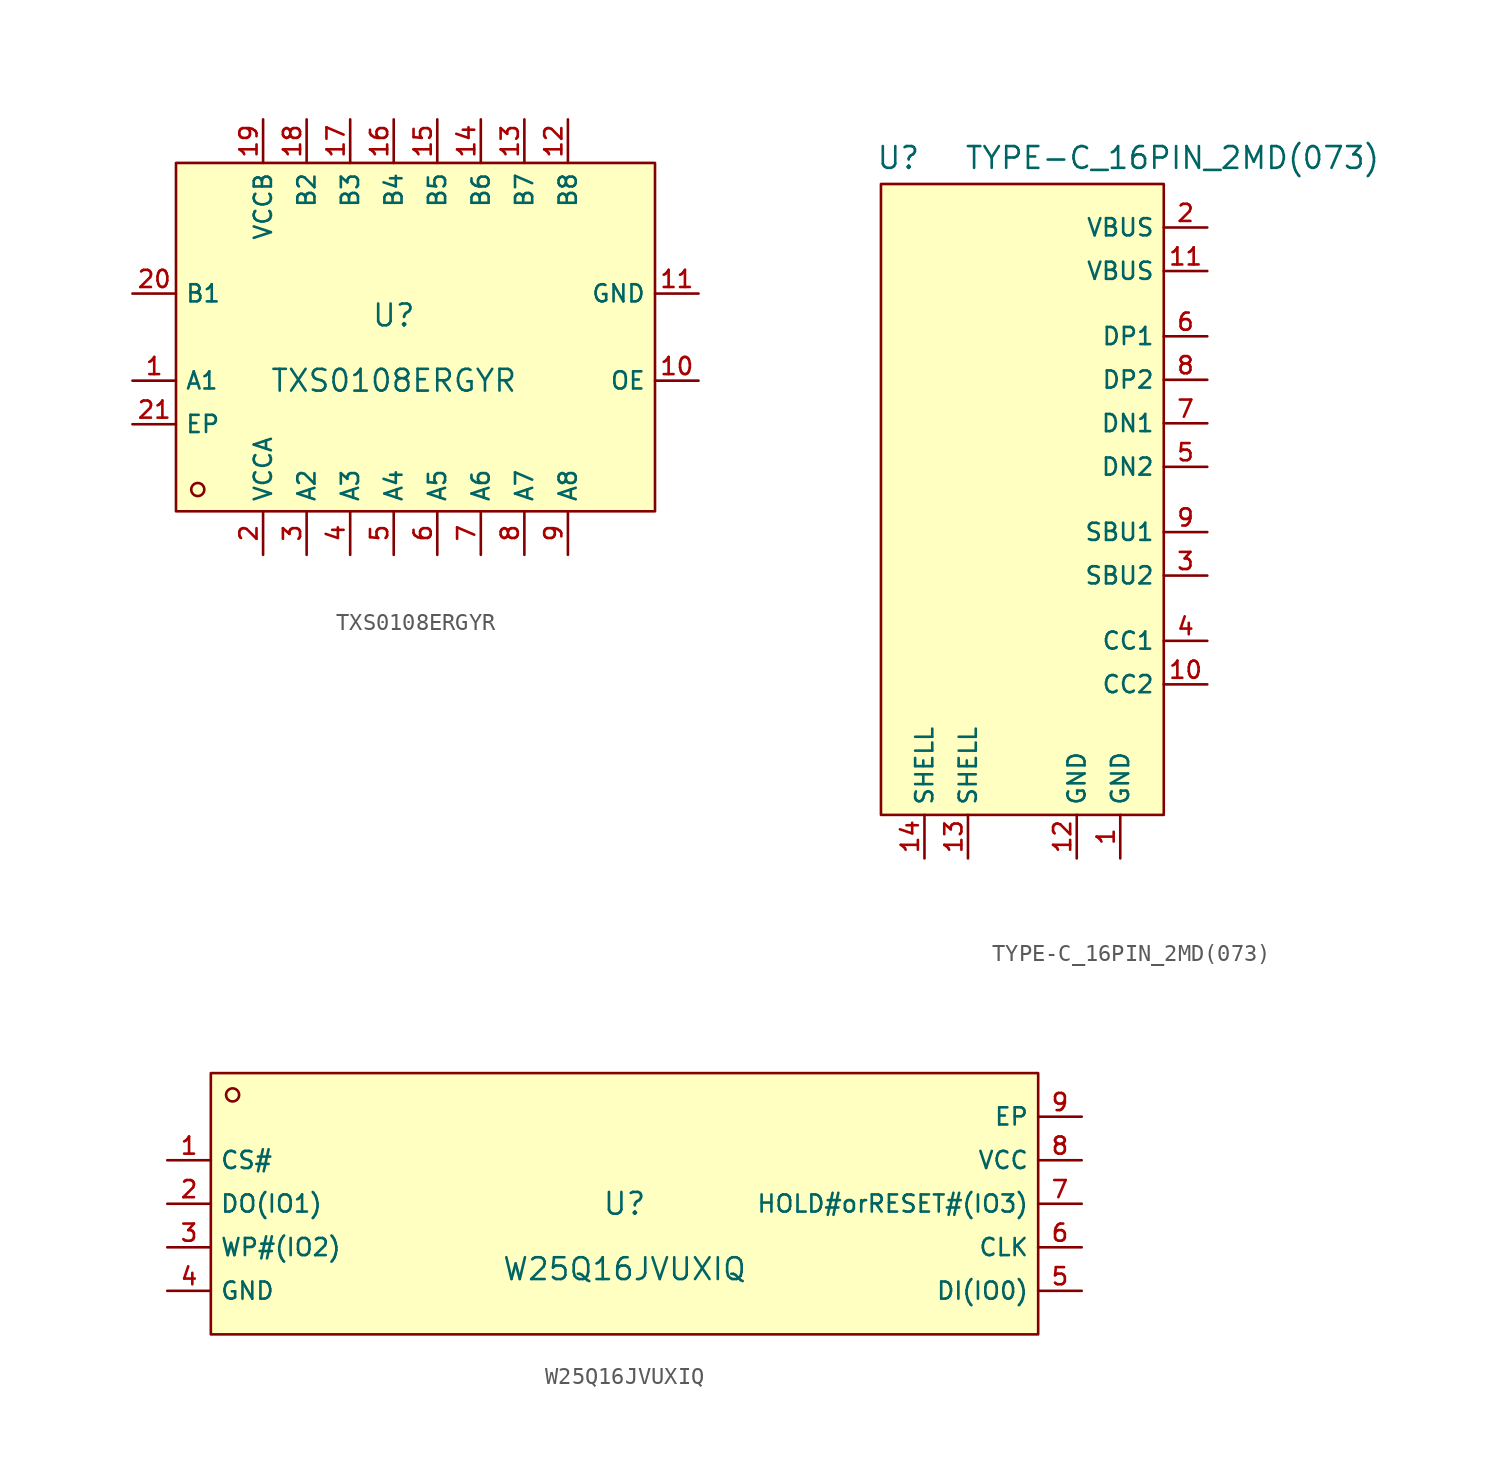
<source format=kicad_sym>
(kicad_symbol_lib
  (version 20231120)
  (generator "kicad_symbol_editor")
  (generator_version "8.0")
  (symbol "TXS0108ERGYR"
    (property "Reference" "U"
      (at 0 1.27 0)
      (effects (font (size 1.27 1.27))))
    (property "Value" "TXS0108ERGYR"
      (at 0 -2.54 0)
      (effects (font (size 1.27 1.27))))
    (symbol "TXS0108ERGYR_0_1"
      (rectangle (start -12.7 10.16) (end 15.24 -10.16) (stroke (width 0) (type default)) (fill (type background)))
      (circle (center -11.43 -8.89) (radius 0.381) (stroke (width 0) (type default)) (fill (type background)))
      (pin unspecified line (at -15.24 -2.54 0) (length 2.54) (name "A1" (effects (font (size 1 1)))) (number "1" (effects (font (size 1 1)))))
      (pin unspecified line (at 17.78 -2.54 180) (length 2.54) (name "OE" (effects (font (size 1 1)))) (number "10" (effects (font (size 1 1)))))
      (pin unspecified line (at 17.78 2.54 180) (length 2.54) (name "GND" (effects (font (size 1 1)))) (number "11" (effects (font (size 1 1)))))
      (pin unspecified line (at 10.16 12.7 270) (length 2.54) (name "B8" (effects (font (size 1 1)))) (number "12" (effects (font (size 1 1)))))
      (pin unspecified line (at 7.62 12.7 270) (length 2.54) (name "B7" (effects (font (size 1 1)))) (number "13" (effects (font (size 1 1)))))
      (pin unspecified line (at 5.08 12.7 270) (length 2.54) (name "B6" (effects (font (size 1 1)))) (number "14" (effects (font (size 1 1)))))
      (pin unspecified line (at 2.54 12.7 270) (length 2.54) (name "B5" (effects (font (size 1 1)))) (number "15" (effects (font (size 1 1)))))
      (pin unspecified line (at 0 12.7 270) (length 2.54) (name "B4" (effects (font (size 1 1)))) (number "16" (effects (font (size 1 1)))))
      (pin unspecified line (at -2.54 12.7 270) (length 2.54) (name "B3" (effects (font (size 1 1)))) (number "17" (effects (font (size 1 1)))))
      (pin unspecified line (at -5.08 12.7 270) (length 2.54) (name "B2" (effects (font (size 1 1)))) (number "18" (effects (font (size 1 1)))))
      (pin unspecified line (at -7.62 12.7 270) (length 2.54) (name "VCCB" (effects (font (size 1 1)))) (number "19" (effects (font (size 1 1)))))
      (pin unspecified line (at -7.62 -12.7 90) (length 2.54) (name "VCCA" (effects (font (size 1 1)))) (number "2" (effects (font (size 1 1)))))
      (pin unspecified line (at -15.24 2.54 0) (length 2.54) (name "B1" (effects (font (size 1 1)))) (number "20" (effects (font (size 1 1)))))
      (pin unspecified line (at -15.24 -5.08 0) (length 2.54) (name "EP" (effects (font (size 1 1)))) (number "21" (effects (font (size 1 1)))))
      (pin unspecified line (at -5.08 -12.7 90) (length 2.54) (name "A2" (effects (font (size 1 1)))) (number "3" (effects (font (size 1 1)))))
      (pin unspecified line (at -2.54 -12.7 90) (length 2.54) (name "A3" (effects (font (size 1 1)))) (number "4" (effects (font (size 1 1)))))
      (pin unspecified line (at 0 -12.7 90) (length 2.54) (name "A4" (effects (font (size 1 1)))) (number "5" (effects (font (size 1 1)))))
      (pin unspecified line (at 2.54 -12.7 90) (length 2.54) (name "A5" (effects (font (size 1 1)))) (number "6" (effects (font (size 1 1)))))
      (pin unspecified line (at 5.08 -12.7 90) (length 2.54) (name "A6" (effects (font (size 1 1)))) (number "7" (effects (font (size 1 1)))))
      (pin unspecified line (at 7.62 -12.7 90) (length 2.54) (name "A7" (effects (font (size 1 1)))) (number "8" (effects (font (size 1 1)))))
      (pin unspecified line (at 10.16 -12.7 90) (length 2.54) (name "A8" (effects (font (size 1 1)))) (number "9" (effects (font (size 1 1)))))))
  (symbol "TYPE-C_16PIN_2MD(073)"
    (property "Reference" "U"
      (at -7.874 18.034 0)
      (effects (font (size 1.27 1.27))))
    (property "Value" "TYPE-C_16PIN_2MD(073)"
      (at 8.128 18.034 0)
      (effects (font (size 1.27 1.27))))
    (symbol "TYPE-C_16PIN_2MD(073)_0_1"
      (rectangle (start -8.89 16.51) (end 7.62 -20.32) (stroke (width 0) (type default)) (fill (type background)))
      (pin unspecified line (at 5.08 -22.86 90) (length 2.54) (name "GND" (effects (font (size 1 1)))) (number "1" (effects (font (size 1 1)))))
      (pin unspecified line (at 10.16 -12.7 180) (length 2.54) (name "CC2" (effects (font (size 1 1)))) (number "10" (effects (font (size 1 1)))))
      (pin unspecified line (at 10.16 11.43 180) (length 2.54) (name "VBUS" (effects (font (size 1 1)))) (number "11" (effects (font (size 1 1)))))
      (pin unspecified line (at 2.54 -22.86 90) (length 2.54) (name "GND" (effects (font (size 1 1)))) (number "12" (effects (font (size 1 1)))))
      (pin unspecified line (at -3.81 -22.86 90) (length 2.54) (name "SHELL" (effects (font (size 1 1)))) (number "13" (effects (font (size 1 1)))))
      (pin unspecified line (at -6.35 -22.86 90) (length 2.54) (name "SHELL" (effects (font (size 1 1)))) (number "14" (effects (font (size 1 1)))))
      (pin unspecified line (at 10.16 13.97 180) (length 2.54) (name "VBUS" (effects (font (size 1 1)))) (number "2" (effects (font (size 1 1)))))
      (pin unspecified line (at 10.16 -6.35 180) (length 2.54) (name "SBU2" (effects (font (size 1 1)))) (number "3" (effects (font (size 1 1)))))
      (pin unspecified line (at 10.16 -10.16 180) (length 2.54) (name "CC1" (effects (font (size 1 1)))) (number "4" (effects (font (size 1 1)))))
      (pin unspecified line (at 10.16 0 180) (length 2.54) (name "DN2" (effects (font (size 1 1)))) (number "5" (effects (font (size 1 1)))))
      (pin unspecified line (at 10.16 7.62 180) (length 2.54) (name "DP1" (effects (font (size 1 1)))) (number "6" (effects (font (size 1 1)))))
      (pin unspecified line (at 10.16 2.54 180) (length 2.54) (name "DN1" (effects (font (size 1 1)))) (number "7" (effects (font (size 1 1)))))
      (pin unspecified line (at 10.16 5.08 180) (length 2.54) (name "DP2" (effects (font (size 1 1)))) (number "8" (effects (font (size 1 1)))))
      (pin unspecified line (at 10.16 -3.81 180) (length 2.54) (name "SBU1" (effects (font (size 1 1)))) (number "9" (effects (font (size 1 1)))))))
  (symbol "W25Q16JVUXIQ"
    (property "Reference" "U"
      (at 0 1.27 0)
      (effects (font (size 1.27 1.27))))
    (property "Value" "W25Q16JVUXIQ"
      (at 0 -2.54 0)
      (effects (font (size 1.27 1.27))))
    (symbol "W25Q16JVUXIQ_0_1"
      (rectangle (start -24.13 8.89) (end 24.13 -6.35) (stroke (width 0) (type default)) (fill (type background)))
      (circle (center -22.86 7.62) (radius 0.381) (stroke (width 0) (type default)) (fill (type background)))
      (pin unspecified line (at -26.67 3.81 0) (length 2.54) (name "CS#" (effects (font (size 1 1)))) (number "1" (effects (font (size 1 1)))))
      (pin unspecified line (at -26.67 1.27 0) (length 2.54) (name "DO(IO1)" (effects (font (size 1 1)))) (number "2" (effects (font (size 1 1)))))
      (pin unspecified line (at -26.67 -1.27 0) (length 2.54) (name "WP#(IO2)" (effects (font (size 1 1)))) (number "3" (effects (font (size 1 1)))))
      (pin unspecified line (at -26.67 -3.81 0) (length 2.54) (name "GND" (effects (font (size 1 1)))) (number "4" (effects (font (size 1 1)))))
      (pin unspecified line (at 26.67 -3.81 180) (length 2.54) (name "DI(IO0)" (effects (font (size 1 1)))) (number "5" (effects (font (size 1 1)))))
      (pin unspecified line (at 26.67 -1.27 180) (length 2.54) (name "CLK" (effects (font (size 1 1)))) (number "6" (effects (font (size 1 1)))))
      (pin unspecified line (at 26.67 1.27 180) (length 2.54) (name "HOLD#orRESET#(IO3)" (effects (font (size 1 1)))) (number "7" (effects (font (size 1 1)))))
      (pin unspecified line (at 26.67 3.81 180) (length 2.54) (name "VCC" (effects (font (size 1 1)))) (number "8" (effects (font (size 1 1)))))
      (pin unspecified line (at 26.67 6.35 180) (length 2.54) (name "EP" (effects (font (size 1 1)))) (number "9" (effects (font (size 1 1))))))))
</source>
